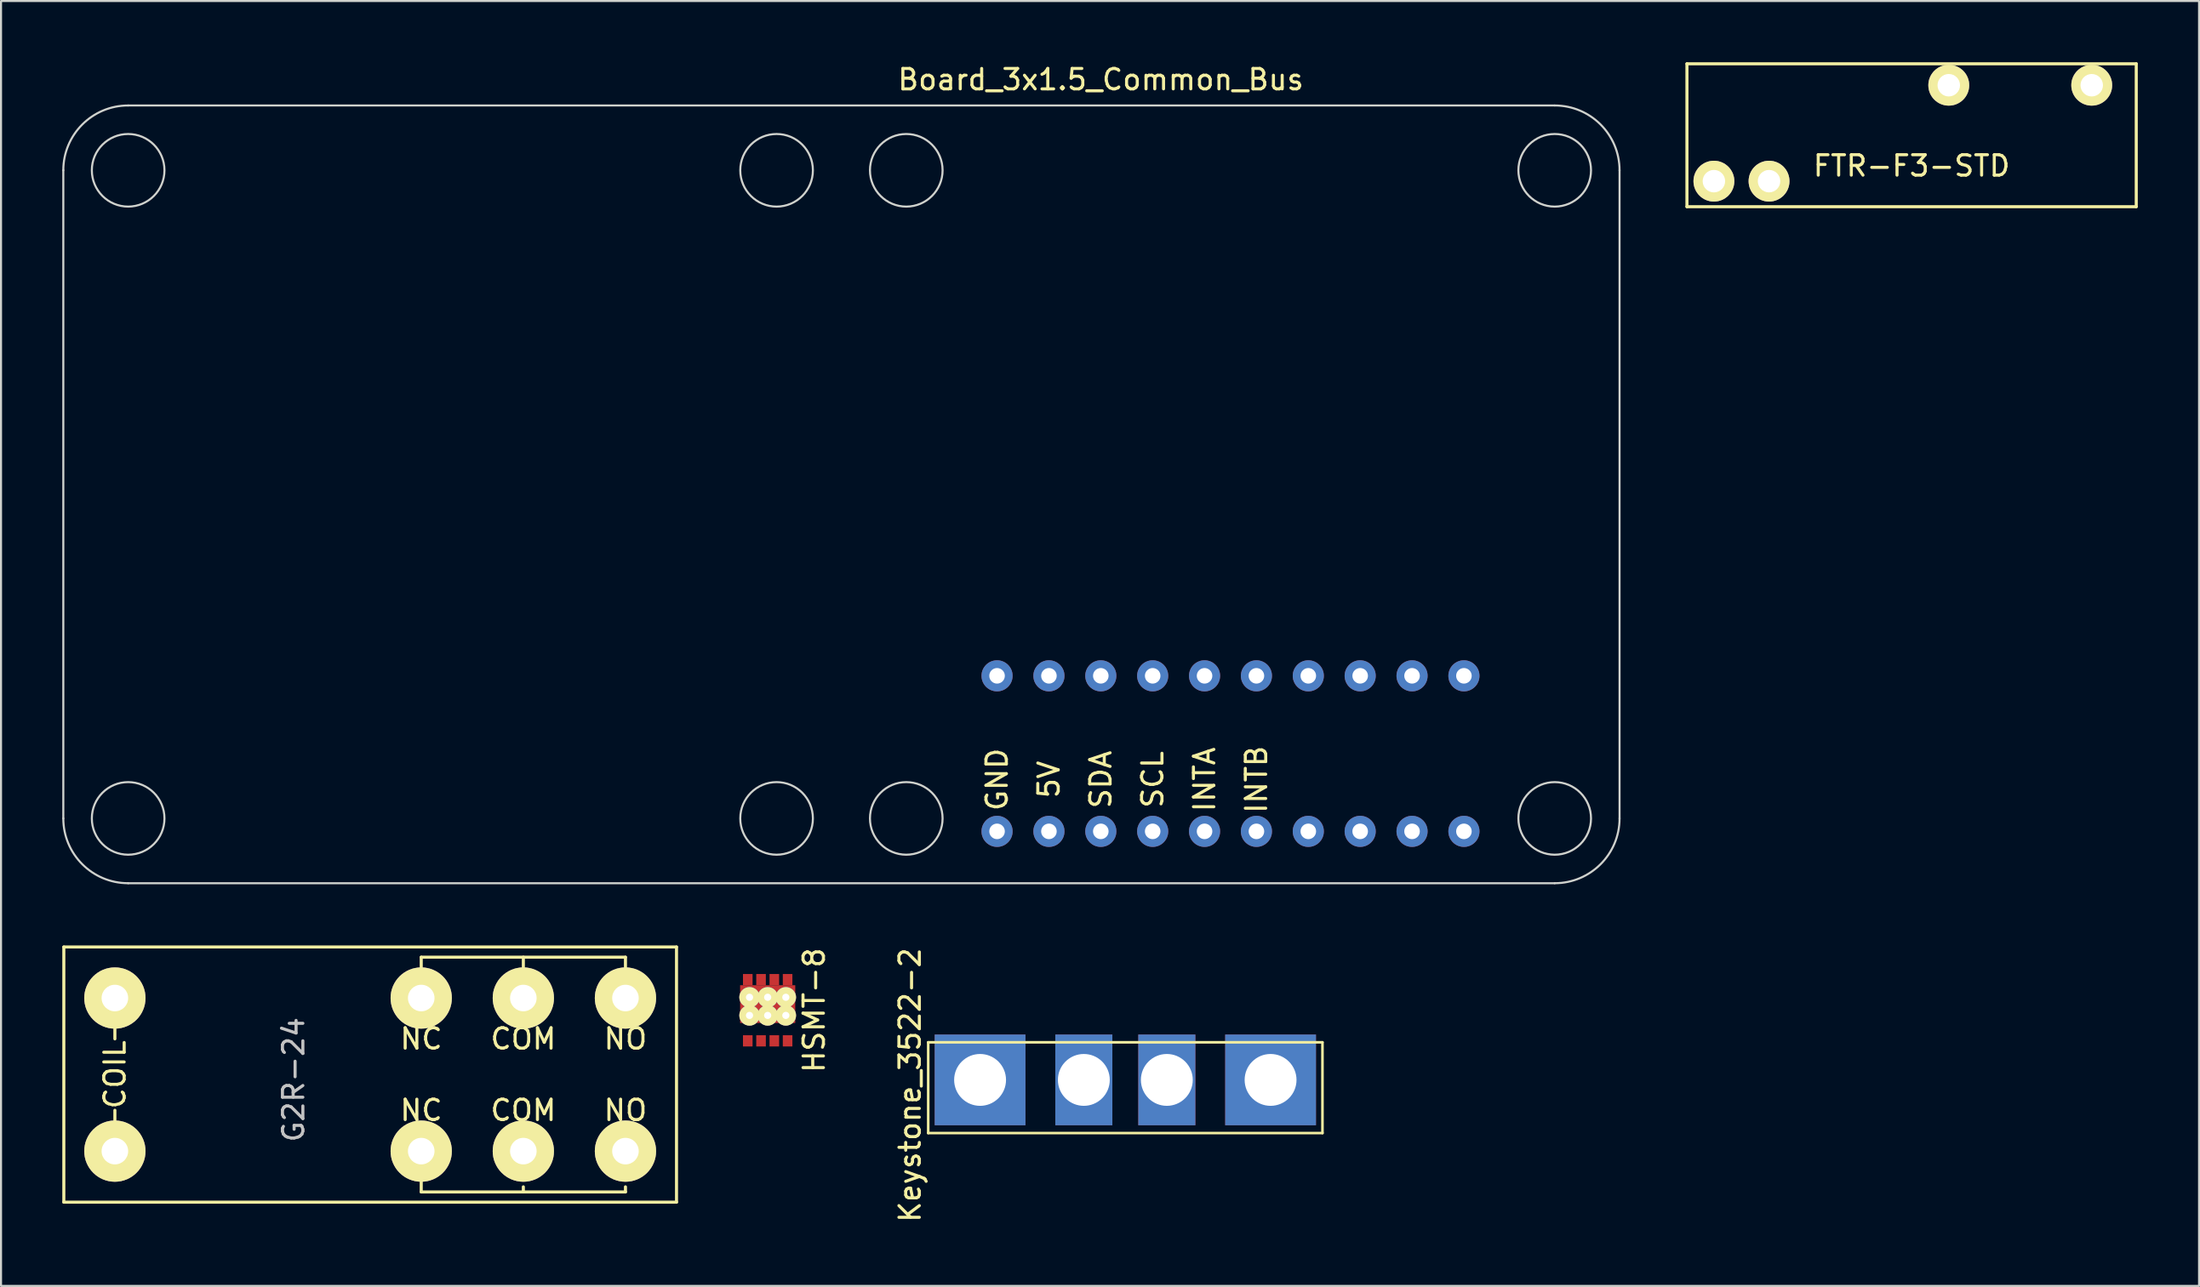
<source format=kicad_pcb>
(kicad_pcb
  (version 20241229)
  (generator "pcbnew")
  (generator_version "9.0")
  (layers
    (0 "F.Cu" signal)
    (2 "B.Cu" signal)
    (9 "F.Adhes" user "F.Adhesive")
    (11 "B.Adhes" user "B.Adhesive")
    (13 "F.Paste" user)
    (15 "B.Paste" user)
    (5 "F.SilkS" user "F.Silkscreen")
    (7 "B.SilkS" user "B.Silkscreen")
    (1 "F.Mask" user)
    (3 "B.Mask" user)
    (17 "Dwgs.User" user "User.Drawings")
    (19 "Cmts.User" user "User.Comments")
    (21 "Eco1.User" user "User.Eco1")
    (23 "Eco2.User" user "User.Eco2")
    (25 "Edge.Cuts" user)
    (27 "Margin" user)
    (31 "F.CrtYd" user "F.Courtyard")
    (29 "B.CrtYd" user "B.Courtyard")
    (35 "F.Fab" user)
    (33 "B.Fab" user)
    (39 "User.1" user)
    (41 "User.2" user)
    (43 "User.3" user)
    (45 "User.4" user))
  (footprint "Board_3x1.5_Common_Bus"
    (layer "F.Cu")
    (at 57.2 21.168)
    (property "Reference" "Board_3x1.5_Common_Bus" (at -6.35 -20.32 0) (layer "F.SilkS") (effects (font (size 1 1) (thickness 0.15))))
    (attr through_hole)
    (fp_line (start -57.15 -15.875) (end -57.15 15.875) (stroke (width 0.1) (type solid)) (layer "Edge.Cuts"))
    (fp_line (start -53.975 -19.05) (end 15.875 -19.05) (stroke (width 0.1) (type solid)) (layer "Edge.Cuts"))
    (fp_line (start -53.975 19.05) (end 15.875 19.05) (stroke (width 0.1) (type solid)) (layer "Edge.Cuts"))
    (fp_line (start 19.05 -15.875) (end 19.05 15.875) (stroke (width 0.1) (type solid)) (layer "Edge.Cuts"))
    (fp_arc (start -57.15 -15.875) (mid -56.220064 -18.120064) (end -53.975 -19.05) (stroke (width 0.1) (type solid)) (layer "Edge.Cuts"))
    (fp_arc (start -53.975 19.05) (mid -56.220064 18.120064) (end -57.15 15.875) (stroke (width 0.1) (type solid)) (layer "Edge.Cuts"))
    (fp_arc (start 15.875 -19.05) (mid 18.120064 -18.120064) (end 19.05 -15.875) (stroke (width 0.1) (type solid)) (layer "Edge.Cuts"))
    (fp_arc (start 19.05 15.875) (mid 18.120064 18.120064) (end 15.875 19.05) (stroke (width 0.1) (type solid)) (layer "Edge.Cuts"))
    (fp_circle (center -53.975 -15.875) (end -52.197 -15.875) (stroke (width 0.1) (type solid)) (fill no) (layer "Edge.Cuts"))
    (fp_circle (center -53.975 15.875) (end -52.197 15.875) (stroke (width 0.1) (type solid)) (fill no) (layer "Edge.Cuts"))
    (fp_circle (center -22.225 -15.875) (end -20.447 -15.875) (stroke (width 0.1) (type solid)) (fill no) (layer "Edge.Cuts"))
    (fp_circle (center -22.225 15.875) (end -20.447 15.875) (stroke (width 0.1) (type solid)) (fill no) (layer "Edge.Cuts"))
    (fp_circle (center -15.875 -15.875) (end -14.097 -15.875) (stroke (width 0.1) (type solid)) (fill no) (layer "Edge.Cuts"))
    (fp_circle (center -15.875 15.875) (end -14.097 15.875) (stroke (width 0.1) (type solid)) (fill no) (layer "Edge.Cuts"))
    (fp_circle (center 15.875 -15.875) (end 17.653 -15.875) (stroke (width 0.1) (type solid)) (fill no) (layer "Edge.Cuts"))
    (fp_circle (center 15.875 15.875) (end 17.653 15.875) (stroke (width 0.1) (type solid)) (fill no) (layer "Edge.Cuts"))
    (fp_text user "GND" (at -11.43 13.97 90) (layer "F.SilkS") (effects (font (size 1 1) (thickness 0.15))))
    (fp_text user "INTA" (at -1.27 13.97 90) (layer "F.SilkS") (effects (font (size 1 1) (thickness 0.15))))
    (fp_text user "INTB" (at 1.27 13.97 90) (layer "F.SilkS") (effects (font (size 1 1) (thickness 0.15))))
    (fp_text user "SCL" (at -3.81 13.97 90) (layer "F.SilkS") (effects (font (size 1 1) (thickness 0.15))))
    (fp_text user "5V" (at -8.89 13.97 90) (layer "F.SilkS") (effects (font (size 1 1) (thickness 0.15))))
    (fp_text user "SDA" (at -6.35 13.97 90) (layer "F.SilkS") (effects (font (size 1 1) (thickness 0.15))))
    (pad "1" thru_hole circle (at -11.43 16.51) (size 1.524 1.524) (drill 0.762) (layers "*.Cu" "*.Mask"))
    (pad "2" thru_hole circle (at -8.89 16.51) (size 1.524 1.524) (drill 0.762) (layers "*.Cu" "*.Mask"))
    (pad "3" thru_hole circle (at -6.35 16.51) (size 1.524 1.524) (drill 0.762) (layers "*.Cu" "*.Mask"))
    (pad "4" thru_hole circle (at -3.81 16.51) (size 1.524 1.524) (drill 0.762) (layers "*.Cu" "*.Mask"))
    (pad "5" thru_hole circle (at -1.27 16.51) (size 1.524 1.524) (drill 0.762) (layers "*.Cu" "*.Mask"))
    (pad "6" thru_hole circle (at 1.27 16.51) (size 1.524 1.524) (drill 0.762) (layers "*.Cu" "*.Mask"))
    (pad "7" thru_hole circle (at 3.81 16.51) (size 1.524 1.524) (drill 0.762) (layers "*.Cu" "*.Mask"))
    (pad "8" thru_hole circle (at 6.35 16.51) (size 1.524 1.524) (drill 0.762) (layers "*.Cu" "*.Mask"))
    (pad "9" thru_hole circle (at 8.89 16.51) (size 1.524 1.524) (drill 0.762) (layers "*.Cu" "*.Mask"))
    (pad "10" thru_hole circle (at 11.43 16.51) (size 1.524 1.524) (drill 0.762) (layers "*.Cu" "*.Mask"))
    (pad "11" thru_hole circle (at 11.43 8.89) (size 1.524 1.524) (drill 0.762) (layers "*.Cu" "*.Mask"))
    (pad "12" thru_hole circle (at 8.89 8.89) (size 1.524 1.524) (drill 0.762) (layers "*.Cu" "*.Mask"))
    (pad "13" thru_hole circle (at 6.35 8.89) (size 1.524 1.524) (drill 0.762) (layers "*.Cu" "*.Mask"))
    (pad "14" thru_hole circle (at 3.81 8.89) (size 1.524 1.524) (drill 0.762) (layers "*.Cu" "*.Mask"))
    (pad "15" thru_hole circle (at 1.27 8.89) (size 1.524 1.524) (drill 0.762) (layers "*.Cu" "*.Mask"))
    (pad "16" thru_hole circle (at -1.27 8.89) (size 1.524 1.524) (drill 0.762) (layers "*.Cu" "*.Mask"))
    (pad "17" thru_hole circle (at -3.81 8.89) (size 1.524 1.524) (drill 0.762) (layers "*.Cu" "*.Mask"))
    (pad "18" thru_hole circle (at -6.35 8.89) (size 1.524 1.524) (drill 0.762) (layers "*.Cu" "*.Mask"))
    (pad "19" thru_hole circle (at -8.89 8.89) (size 1.524 1.524) (drill 0.762) (layers "*.Cu" "*.Mask"))
    (pad "20" thru_hole circle (at -11.43 8.89) (size 1.524 1.524) (drill 0.762) (layers "*.Cu" "*.Mask")))
  (footprint "FTR-F3-STD"
    (layer "F.Cu")
    (at 79.55 7.075)
    (property "Reference" "FTR-F3-STD" (at 11 -2 0) (layer "F.SilkS") (effects (font (size 1 1) (thickness 0.15))))
    (attr through_hole)
    (fp_line (start 0 -7) (end 22 -7) (stroke (width 0.15) (type solid)) (layer "F.SilkS"))
    (fp_line (start 0 0) (end 0 -7) (stroke (width 0.15) (type solid)) (layer "F.SilkS"))
    (fp_line (start 22 -7) (end 22 0) (stroke (width 0.15) (type solid)) (layer "F.SilkS"))
    (fp_line (start 22 0) (end 0 0) (stroke (width 0.15) (type solid)) (layer "F.SilkS"))
    (pad "1" thru_hole circle (at 12.82 -5.95) (size 2 2) (drill 1.1) (layers "*.Cu" "*.Mask" "F.SilkS"))
    (pad "2" thru_hole circle (at 19.82 -5.95) (size 2 2) (drill 1.1) (layers "*.Cu" "*.Mask" "F.SilkS"))
    (pad "3" thru_hole circle (at 4.02 -1.25) (size 2 2) (drill 1.1) (layers "*.Cu" "*.Mask" "F.SilkS"))
    (pad "4" thru_hole circle (at 1.32 -1.25) (size 2 2) (drill 1.1) (layers "*.Cu" "*.Mask" "F.SilkS")))
  (footprint "HSMT-8"
    (layer "F.Cu")
    (at 34.539 46.441)
    (property "Reference" "HSMT-8" (at 2.275 0 90) (layer "F.SilkS") (effects (font (size 1 1) (thickness 0.15))))
    (attr through_hole)
    (pad "" thru_hole circle (at -0.889 -0.635) (size 1 1) (drill 0.35) (layers "*.Cu" "*.Mask" "F.SilkS"))
    (pad "" thru_hole circle (at -0.889 0.254) (size 1 1) (drill 0.35) (layers "*.Cu" "*.Mask" "F.SilkS"))
    (pad "" thru_hole circle (at 0 -0.635) (size 1 1) (drill 0.35) (layers "*.Cu" "*.Mask" "F.SilkS"))
    (pad "" smd rect (at 0 -0.3) (size 2.7 1.85) (layers "F.Cu" "F.Mask" "F.Paste"))
    (pad "" thru_hole circle (at 0 0.254) (size 1 1) (drill 0.35) (layers "*.Cu" "*.Mask" "F.SilkS"))
    (pad "" thru_hole circle (at 0.889 -0.635) (size 1 1) (drill 0.35) (layers "*.Cu" "*.Mask" "F.SilkS"))
    (pad "" thru_hole circle (at 0.889 0.254) (size 1 1) (drill 0.35) (layers "*.Cu" "*.Mask" "F.SilkS"))
    (pad "1" smd rect (at -0.975 1.5) (size 0.47 0.55) (layers "F.Cu" "F.Mask" "F.Paste"))
    (pad "2" smd rect (at -0.325 1.5) (size 0.47 0.55) (layers "F.Cu" "F.Mask" "F.Paste"))
    (pad "3" smd rect (at 0.325 1.5) (size 0.47 0.55) (layers "F.Cu" "F.Mask" "F.Paste"))
    (pad "4" smd rect (at 0.975 1.5) (size 0.47 0.55) (layers "F.Cu" "F.Mask" "F.Paste"))
    (pad "5" smd rect (at -0.975 -1.5) (size 0.47 0.55) (layers "F.Cu" "F.Mask" "F.Paste"))
    (pad "5" smd rect (at -0.325 -1.5) (size 0.47 0.55) (layers "F.Cu" "F.Mask" "F.Paste"))
    (pad "5" smd rect (at 0.325 -1.5) (size 0.47 0.55) (layers "F.Cu" "F.Mask" "F.Paste"))
    (pad "5" smd rect (at 0.975 -1.5) (size 0.47 0.55) (layers "F.Cu" "F.Mask" "F.Paste")))
  (footprint "G2R-24"
    (layer "F.Cu")
    (at 15.075 50.843)
    (property "Reference" "G2R-24" (at -3.75 -1 90) (layer "Dwgs.User") (effects (font (size 1 1) (thickness 0.15))))
    (attr through_hole)
    (fp_line (start -15 -7.5) (end -15 5) (stroke (width 0.15) (type solid)) (layer "F.SilkS"))
    (fp_line (start -15 5) (end 15 5) (stroke (width 0.15) (type solid)) (layer "F.SilkS"))
    (fp_line (start -12.5 -3.5) (end -12.5 -3) (stroke (width 0.15) (type solid)) (layer "F.SilkS"))
    (fp_line (start -12.5 1) (end -12.5 0.5) (stroke (width 0.15) (type solid)) (layer "F.SilkS"))
    (fp_line (start 2.5 -7) (end 12.5 -7) (stroke (width 0.15) (type solid)) (layer "F.SilkS"))
    (fp_line (start 2.5 -6.5) (end 2.5 -7) (stroke (width 0.15) (type solid)) (layer "F.SilkS"))
    (fp_line (start 2.5 4) (end 2.5 4.5) (stroke (width 0.15) (type solid)) (layer "F.SilkS"))
    (fp_line (start 2.5 4.5) (end 12.5 4.5) (stroke (width 0.15) (type solid)) (layer "F.SilkS"))
    (fp_line (start 7.5 -7) (end 7.5 -6.5) (stroke (width 0.15) (type solid)) (layer "F.SilkS"))
    (fp_line (start 7.5 4.5) (end 7.5 4.25) (stroke (width 0.15) (type solid)) (layer "F.SilkS"))
    (fp_line (start 12.5 -7) (end 12.5 -6.5) (stroke (width 0.15) (type solid)) (layer "F.SilkS"))
    (fp_line (start 12.5 4.5) (end 12.5 4.25) (stroke (width 0.15) (type solid)) (layer "F.SilkS"))
    (fp_line (start 15 -7.5) (end -15 -7.5) (stroke (width 0.15) (type solid)) (layer "F.SilkS"))
    (fp_line (start 15 5) (end 15 -7.5) (stroke (width 0.15) (type solid)) (layer "F.SilkS"))
    (fp_text user "NC" (at 2.5 0.5 0) (layer "F.SilkS") (effects (font (size 1 1) (thickness 0.15))))
    (fp_text user "NO" (at 12.5 0.5 0) (layer "F.SilkS") (effects (font (size 1 1) (thickness 0.15))))
    (fp_text user "COM" (at 7.5 -3 180) (layer "F.SilkS") (effects (font (size 1 1) (thickness 0.15))))
    (fp_text user "NC" (at 2.5 -3 180) (layer "F.SilkS") (effects (font (size 1 1) (thickness 0.15))))
    (fp_text user "COM" (at 7.5 0.5 0) (layer "F.SilkS") (effects (font (size 1 1) (thickness 0.15))))
    (fp_text user "NO" (at 12.5 -3 0) (layer "F.SilkS") (effects (font (size 1 1) (thickness 0.15))))
    (fp_text user "COIL" (at -12.5 -1.25 90) (layer "F.SilkS") (effects (font (size 1 1) (thickness 0.15))))
    (pad "1" thru_hole circle (at -12.5 -5) (size 3 3) (drill 1.3) (layers "*.Cu" "*.Mask" "F.SilkS"))
    (pad "2" thru_hole circle (at 2.5 -5) (size 3 3) (drill 1.3) (layers "*.Cu" "*.Mask" "F.SilkS"))
    (pad "3" thru_hole circle (at 7.5 -5) (size 3 3) (drill 1.3) (layers "*.Cu" "*.Mask" "F.SilkS"))
    (pad "4" thru_hole circle (at 12.5 -5) (size 3 3) (drill 1.3) (layers "*.Cu" "*.Mask" "F.SilkS"))
    (pad "5" thru_hole circle (at 12.5 2.5) (size 3 3) (drill 1.3) (layers "*.Cu" "*.Mask" "F.SilkS"))
    (pad "6" thru_hole circle (at 7.5 2.5) (size 3 3) (drill 1.3) (layers "*.Cu" "*.Mask" "F.SilkS"))
    (pad "7" thru_hole circle (at 2.5 2.5) (size 3 3) (drill 1.3) (layers "*.Cu" "*.Mask" "F.SilkS"))
    (pad "8" thru_hole circle (at -12.5 2.5) (size 3 3) (drill 1.3) (layers "*.Cu" "*.Mask" "F.SilkS")))
  (footprint "Keystone_3522-2"
    (layer "F.Cu")
    (at 52.051 50.235)
    (property "Reference" "Keystone_3522-2" (at -10.541 -0.127 90) (layer "F.SilkS") (effects (font (size 1 1) (thickness 0.15))))
    (attr through_hole)
    (fp_line (start -9.652 -2.223) (end -9.652 2.223) (stroke (width 0.127) (type solid)) (layer "F.SilkS"))
    (fp_line (start -9.652 -2.223) (end 9.652 -2.223) (stroke (width 0.127) (type solid)) (layer "F.SilkS"))
    (fp_line (start -9.652 2.223) (end 9.652 2.223) (stroke (width 0.127) (type solid)) (layer "F.SilkS"))
    (fp_line (start 9.652 -2.223) (end 9.652 2.223) (stroke (width 0.127) (type solid)) (layer "F.SilkS"))
    (pad "1" thru_hole rect (at -7.112 -0.381) (size 4.445 4.445) (drill 2.54) (layers "*.Cu" "*.Mask"))
    (pad "1" thru_hole rect (at -2.032 -0.381) (size 2.794 4.445) (drill 2.54) (layers "*.Cu" "*.Mask"))
    (pad "2" thru_hole rect (at 2.032 -0.381) (size 2.794 4.445) (drill 2.54) (layers "*.Cu" "*.Mask"))
    (pad "2" thru_hole rect (at 7.112 -0.381) (size 4.445 4.445) (drill 2.54) (layers "*.Cu" "*.Mask")))
  (gr_rect
    (start -3 -3)
    (end 104.625 59.947)
    (stroke (width 0.1) (type default))
    (fill no)
    (layer "Edge.Cuts")))
</source>
